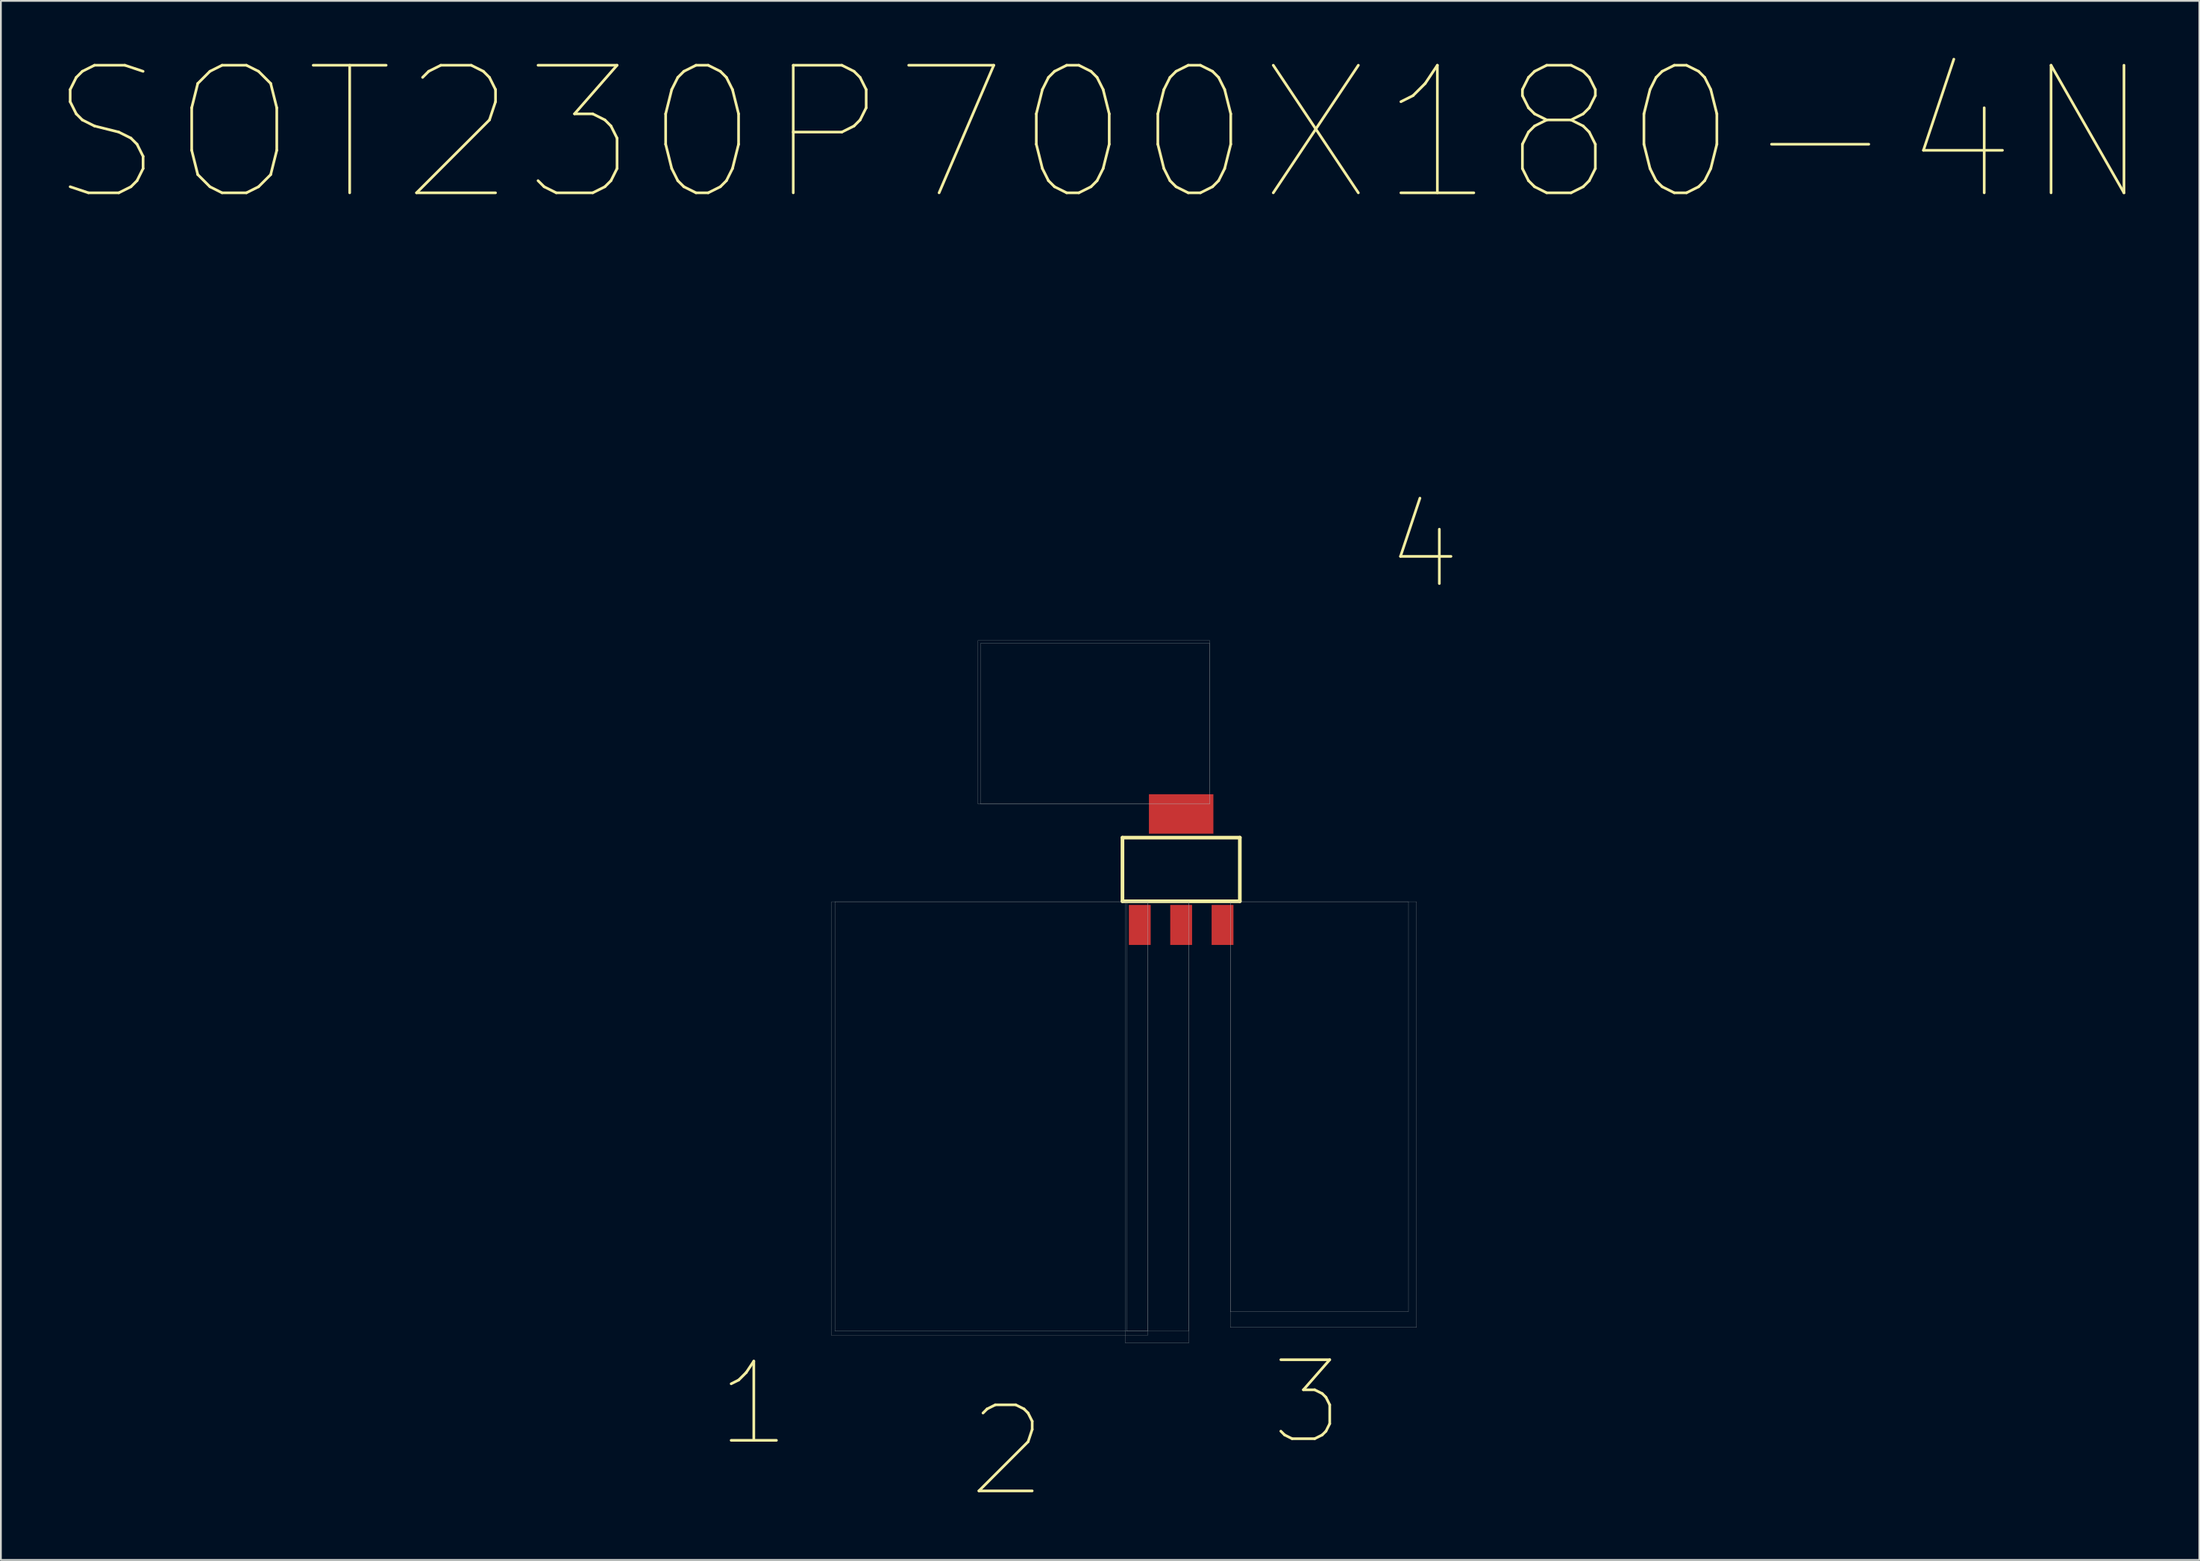
<source format=kicad_pcb>
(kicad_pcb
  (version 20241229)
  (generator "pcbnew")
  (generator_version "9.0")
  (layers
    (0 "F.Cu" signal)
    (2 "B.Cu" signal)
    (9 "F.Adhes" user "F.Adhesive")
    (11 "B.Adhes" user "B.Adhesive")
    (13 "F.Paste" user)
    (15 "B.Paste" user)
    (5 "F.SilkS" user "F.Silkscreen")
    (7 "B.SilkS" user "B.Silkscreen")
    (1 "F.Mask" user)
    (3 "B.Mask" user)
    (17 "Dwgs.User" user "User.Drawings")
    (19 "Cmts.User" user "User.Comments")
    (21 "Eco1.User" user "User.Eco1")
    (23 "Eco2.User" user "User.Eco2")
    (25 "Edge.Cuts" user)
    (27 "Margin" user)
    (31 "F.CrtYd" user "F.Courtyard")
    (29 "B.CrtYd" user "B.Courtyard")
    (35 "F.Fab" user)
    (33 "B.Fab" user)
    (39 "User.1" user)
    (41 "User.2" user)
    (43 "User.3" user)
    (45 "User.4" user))
  (footprint "SOT230P700X180-4N"
    (layer "F.Cu")
    (at 62.912 45.517)
    (property "Reference" "SOT230P700X180-4N" (at -4.526 -41.085 0) (layer "F.SilkS") (effects (font (size 7.126 7.126) (thickness 0.15))))
    (attr through_hole)
    (fp_line (start -3.277 -1.778) (end 3.277 -1.778) (stroke (width 0.203) (type solid)) (layer "F.SilkS"))
    (fp_line (start -3.277 1.778) (end -3.277 -1.778) (stroke (width 0.203) (type solid)) (layer "F.SilkS"))
    (fp_line (start 3.277 -1.778) (end 3.277 1.778) (stroke (width 0.203) (type solid)) (layer "F.SilkS"))
    (fp_line (start 3.277 1.778) (end -3.277 1.778) (stroke (width 0.203) (type solid)) (layer "F.SilkS"))
    (fp_poly (pts (xy -19.526 1.803) (xy -1.88 1.803) (xy -1.88 26.033) (xy -19.526 26.033)) (stroke (width 0.01) (type solid)) (fill no) (layer "F.Fab"))
    (fp_poly (pts (xy -19.337 1.803) (xy -1.88 1.803) (xy -1.88 25.787) (xy -19.337 25.787)) (stroke (width 0.01) (type solid)) (fill no) (layer "F.Fab"))
    (fp_poly (pts (xy -11.348 -3.658) (xy 1.6 -3.658) (xy 1.6 -12.789) (xy -11.348 -12.789)) (stroke (width 0.01) (type solid)) (fill no) (layer "F.Fab"))
    (fp_poly (pts (xy -11.206 -3.658) (xy 1.6 -3.658) (xy 1.6 -12.629) (xy -11.206 -12.629)) (stroke (width 0.01) (type solid)) (fill no) (layer "F.Fab"))
    (fp_poly (pts (xy -3.123 1.803) (xy 0.432 1.803) (xy 0.432 26.451) (xy -3.123 26.451)) (stroke (width 0.01) (type solid)) (fill no) (layer "F.Fab"))
    (fp_poly (pts (xy -3.044 1.803) (xy 0.432 1.803) (xy 0.432 25.781) (xy -3.044 25.781)) (stroke (width 0.01) (type solid)) (fill no) (layer "F.Fab"))
    (fp_poly (pts (xy 12.695 1.803) (xy 2.743 1.803) (xy 2.743 24.704) (xy 12.695 24.704)) (stroke (width 0.01) (type solid)) (fill no) (layer "F.Fab"))
    (fp_poly (pts (xy 13.145 1.803) (xy 2.743 1.803) (xy 2.743 25.582) (xy 13.145 25.582)) (stroke (width 0.01) (type solid)) (fill no) (layer "F.Fab"))
    (fp_text user "4" (at 13.551 -18.069 0) (layer "F.SilkS") (effects (font (size 4.553 4.553) (thickness 0.15))))
    (fp_text user "3" (at 7.037 29.765 0) (layer "F.SilkS") (effects (font (size 4.412 4.412) (thickness 0.15))))
    (fp_text user "2" (at -9.692 32.498 0) (layer "F.SilkS") (effects (font (size 4.806 4.806) (thickness 0.15))))
    (fp_text user "1" (at -23.866 29.852 0) (layer "F.SilkS") (effects (font (size 4.424 4.424) (thickness 0.15))))
    (pad "1" smd rect (at -2.311 3.099) (size 1.219 2.235) (layers "F.Cu" "F.Mask" "F.Paste"))
    (pad "2" smd rect (at 0 3.099) (size 1.219 2.235) (layers "F.Cu" "F.Mask" "F.Paste"))
    (pad "3" smd rect (at 2.311 3.099) (size 1.219 2.235) (layers "F.Cu" "F.Mask" "F.Paste"))
    (pad "4" smd rect (at 0 -3.099) (size 3.6 2.2) (layers "F.Cu" "F.Mask" "F.Paste")))
  (gr_rect
    (start -3 -3)
    (end 119.772 84.09)
    (stroke (width 0.1) (type default))
    (fill no)
    (layer "Edge.Cuts")))
</source>
